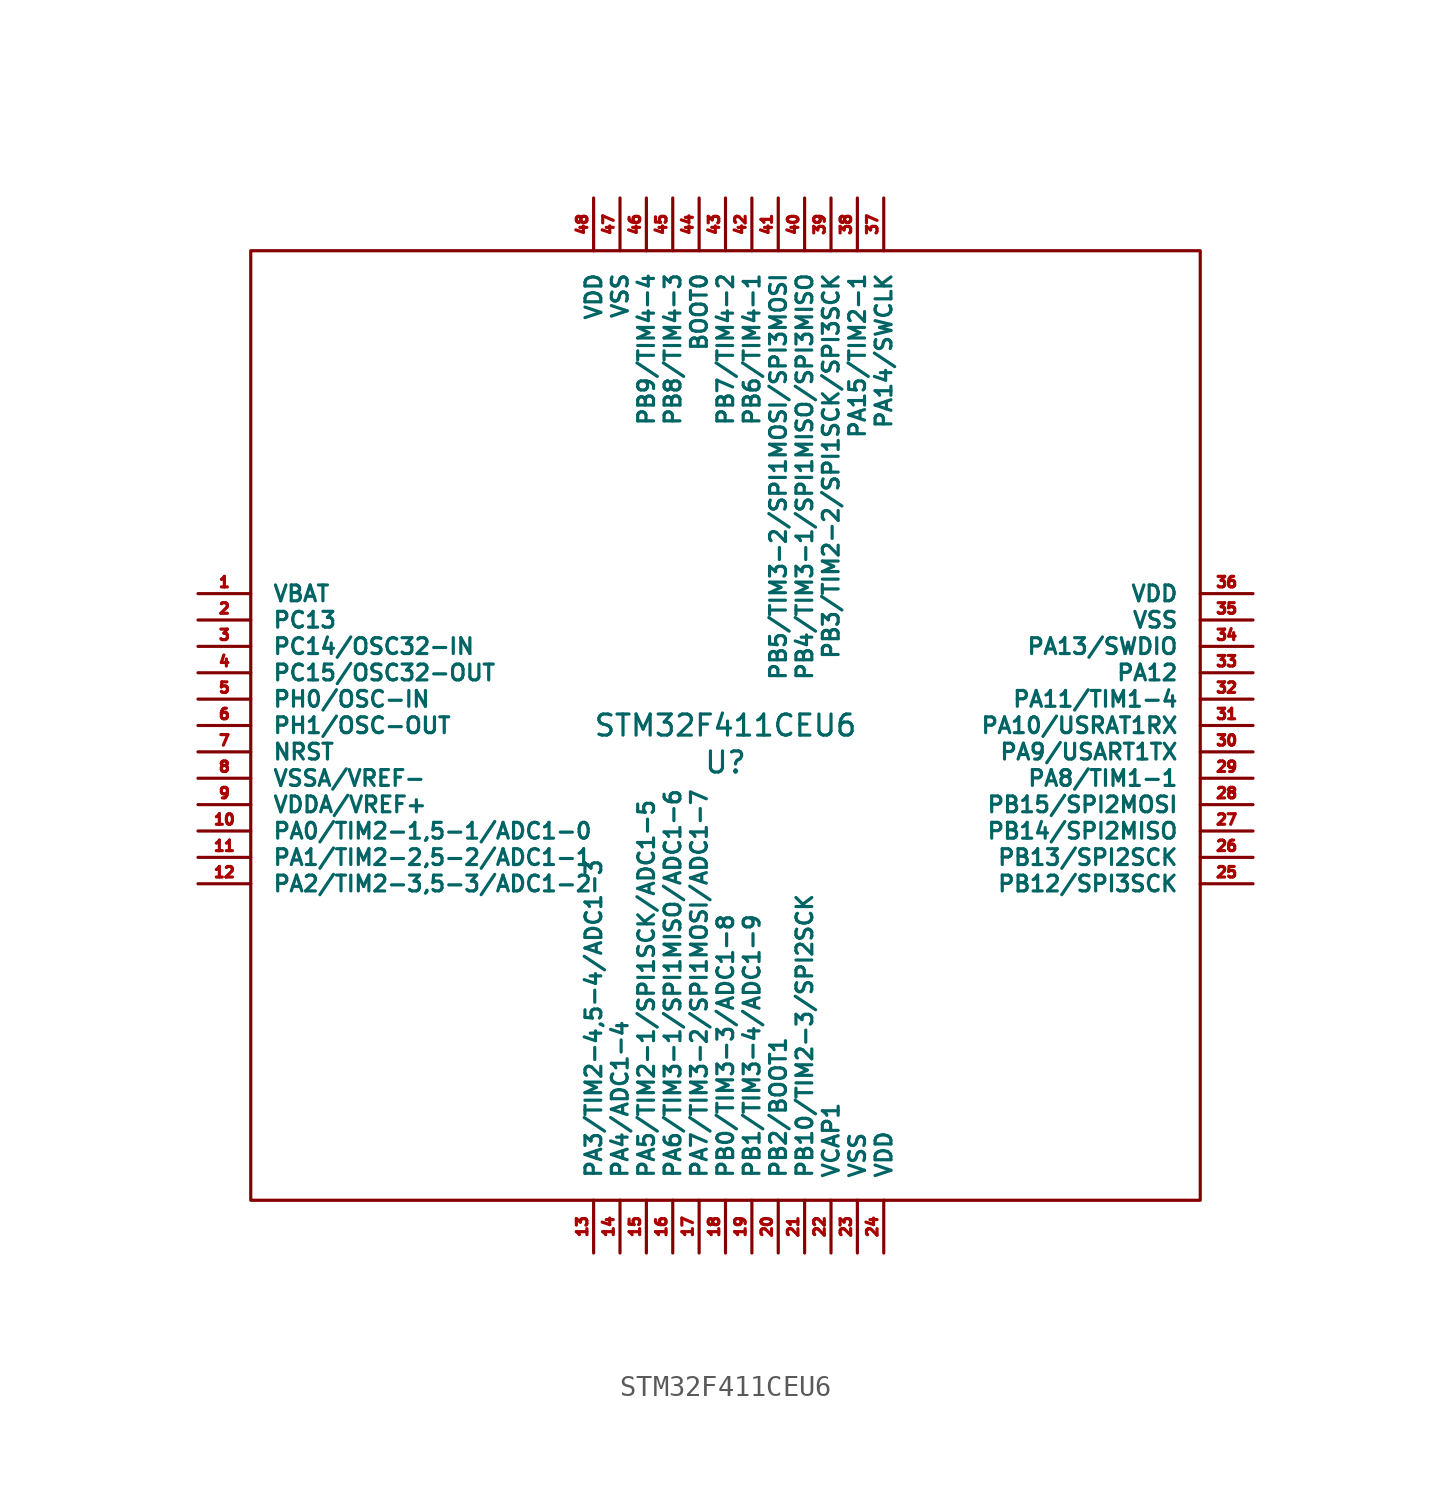
<source format=kicad_sym>
(kicad_symbol_lib
  (version 20220914)
  (generator kicad_symbol_editor)
  (symbol "STM32F411CEU6"
    (pin_names
      (offset 1.016))
    (property "Reference" "U"
      (at 0 -1.778 0)
      (effects (font (size 1.016 1.016))))
    (property "Value" "STM32F411CEU6"
      (at 0 0 0)
      (effects (font (size 1.016 1.016))))
    (symbol "STM32F411CEU6_0_1"
      (rectangle (start -22.86 22.86) (end 22.86 -22.86) (stroke (width 0) (type solid)) (fill (type none))))
    (symbol "STM32F411CEU6_1_1"
      (pin power_in line (at -25.4 6.35 0) (length 2.54) (name "VBAT" (effects (font (size 0.762 0.762)))) (number "1" (effects (font (size 0.508 0.508)))))
      (pin bidirectional line (at -25.4 -5.08 0) (length 2.54) (name "PA0/TIM2-1,5-1/ADC1-0" (effects (font (size 0.762 0.762)))) (number "10" (effects (font (size 0.508 0.508)))))
      (pin bidirectional line (at -25.4 -6.35 0) (length 2.54) (name "PA1/TIM2-2,5-2/ADC1-1" (effects (font (size 0.762 0.762)))) (number "11" (effects (font (size 0.508 0.508)))))
      (pin bidirectional line (at -25.4 -7.62 0) (length 2.54) (name "PA2/TIM2-3,5-3/ADC1-2" (effects (font (size 0.762 0.762)))) (number "12" (effects (font (size 0.508 0.508)))))
      (pin bidirectional line (at -6.35 -25.4 90) (length 2.54) (name "PA3/TIM2-4,5-4/ADC1-3" (effects (font (size 0.762 0.762)))) (number "13" (effects (font (size 0.508 0.508)))))
      (pin bidirectional line (at -5.08 -25.4 90) (length 2.54) (name "PA4/ADC1-4" (effects (font (size 0.762 0.762)))) (number "14" (effects (font (size 0.508 0.508)))))
      (pin bidirectional line (at -3.81 -25.4 90) (length 2.54) (name "PA5/TIM2-1/SPI1SCK/ADC1-5" (effects (font (size 0.762 0.762)))) (number "15" (effects (font (size 0.508 0.508)))))
      (pin bidirectional line (at -2.54 -25.4 90) (length 2.54) (name "PA6/TIM3-1/SPI1MISO/ADC1-6" (effects (font (size 0.762 0.762)))) (number "16" (effects (font (size 0.508 0.508)))))
      (pin bidirectional line (at -1.27 -25.4 90) (length 2.54) (name "PA7/TIM3-2/SPI1MOSI/ADC1-7" (effects (font (size 0.762 0.762)))) (number "17" (effects (font (size 0.508 0.508)))))
      (pin bidirectional line (at 0 -25.4 90) (length 2.54) (name "PB0/TIM3-3/ADC1-8" (effects (font (size 0.762 0.762)))) (number "18" (effects (font (size 0.508 0.508)))))
      (pin bidirectional line (at 1.27 -25.4 90) (length 2.54) (name "PB1/TIM3-4/ADC1-9" (effects (font (size 0.762 0.762)))) (number "19" (effects (font (size 0.508 0.508)))))
      (pin bidirectional line (at -25.4 5.08 0) (length 2.54) (name "PC13" (effects (font (size 0.762 0.762)))) (number "2" (effects (font (size 0.508 0.508)))))
      (pin bidirectional line (at 2.54 -25.4 90) (length 2.54) (name "PB2/BOOT1" (effects (font (size 0.762 0.762)))) (number "20" (effects (font (size 0.508 0.508)))))
      (pin bidirectional line (at 3.81 -25.4 90) (length 2.54) (name "PB10/TIM2-3/SPI2SCK" (effects (font (size 0.762 0.762)))) (number "21" (effects (font (size 0.508 0.508)))))
      (pin power_out line (at 5.08 -25.4 90) (length 2.54) (name "VCAP1" (effects (font (size 0.762 0.762)))) (number "22" (effects (font (size 0.508 0.508)))))
      (pin power_in line (at 6.35 -25.4 90) (length 2.54) (name "VSS" (effects (font (size 0.762 0.762)))) (number "23" (effects (font (size 0.508 0.508)))))
      (pin power_in line (at 7.62 -25.4 90) (length 2.54) (name "VDD" (effects (font (size 0.762 0.762)))) (number "24" (effects (font (size 0.508 0.508)))))
      (pin bidirectional line (at 25.4 -7.62 180) (length 2.54) (name "PB12/SPI3SCK" (effects (font (size 0.762 0.762)))) (number "25" (effects (font (size 0.508 0.508)))))
      (pin bidirectional line (at 25.4 -6.35 180) (length 2.54) (name "PB13/SPI2SCK" (effects (font (size 0.762 0.762)))) (number "26" (effects (font (size 0.508 0.508)))))
      (pin bidirectional line (at 25.4 -5.08 180) (length 2.54) (name "PB14/SPI2MISO" (effects (font (size 0.762 0.762)))) (number "27" (effects (font (size 0.508 0.508)))))
      (pin bidirectional line (at 25.4 -3.81 180) (length 2.54) (name "PB15/SPI2MOSI" (effects (font (size 0.762 0.762)))) (number "28" (effects (font (size 0.508 0.508)))))
      (pin bidirectional line (at 25.4 -2.54 180) (length 2.54) (name "PA8/TIM1-1" (effects (font (size 0.762 0.762)))) (number "29" (effects (font (size 0.508 0.508)))))
      (pin bidirectional line (at -25.4 3.81 0) (length 2.54) (name "PC14/OSC32-IN" (effects (font (size 0.762 0.762)))) (number "3" (effects (font (size 0.508 0.508)))))
      (pin bidirectional line (at 25.4 -1.27 180) (length 2.54) (name "PA9/USART1TX" (effects (font (size 0.762 0.762)))) (number "30" (effects (font (size 0.508 0.508)))))
      (pin bidirectional line (at 25.4 0 180) (length 2.54) (name "PA10/USRAT1RX" (effects (font (size 0.762 0.762)))) (number "31" (effects (font (size 0.508 0.508)))))
      (pin bidirectional line (at 25.4 1.27 180) (length 2.54) (name "PA11/TIM1-4" (effects (font (size 0.762 0.762)))) (number "32" (effects (font (size 0.508 0.508)))))
      (pin bidirectional line (at 25.4 2.54 180) (length 2.54) (name "PA12" (effects (font (size 0.762 0.762)))) (number "33" (effects (font (size 0.508 0.508)))))
      (pin bidirectional line (at 25.4 3.81 180) (length 2.54) (name "PA13/SWDIO" (effects (font (size 0.762 0.762)))) (number "34" (effects (font (size 0.508 0.508)))))
      (pin power_in line (at 25.4 5.08 180) (length 2.54) (name "VSS" (effects (font (size 0.762 0.762)))) (number "35" (effects (font (size 0.508 0.508)))))
      (pin power_in line (at 25.4 6.35 180) (length 2.54) (name "VDD" (effects (font (size 0.762 0.762)))) (number "36" (effects (font (size 0.508 0.508)))))
      (pin bidirectional line (at 7.62 25.4 270) (length 2.54) (name "PA14/SWCLK" (effects (font (size 0.762 0.762)))) (number "37" (effects (font (size 0.508 0.508)))))
      (pin bidirectional line (at 6.35 25.4 270) (length 2.54) (name "PA15/TIM2-1" (effects (font (size 0.762 0.762)))) (number "38" (effects (font (size 0.508 0.508)))))
      (pin bidirectional line (at 5.08 25.4 270) (length 2.54) (name "PB3/TIM2-2/SPI1SCK/SPI3SCK" (effects (font (size 0.762 0.762)))) (number "39" (effects (font (size 0.508 0.508)))))
      (pin bidirectional line (at -25.4 2.54 0) (length 2.54) (name "PC15/OSC32-OUT" (effects (font (size 0.762 0.762)))) (number "4" (effects (font (size 0.508 0.508)))))
      (pin bidirectional line (at 3.81 25.4 270) (length 2.54) (name "PB4/TIM3-1/SPI1MISO/SPI3MISO" (effects (font (size 0.762 0.762)))) (number "40" (effects (font (size 0.508 0.508)))))
      (pin bidirectional line (at 2.54 25.4 270) (length 2.54) (name "PB5/TIM3-2/SPI1MOSI/SPI3MOSI" (effects (font (size 0.762 0.762)))) (number "41" (effects (font (size 0.508 0.508)))))
      (pin bidirectional line (at 1.27 25.4 270) (length 2.54) (name "PB6/TIM4-1" (effects (font (size 0.762 0.762)))) (number "42" (effects (font (size 0.508 0.508)))))
      (pin bidirectional line (at 0 25.4 270) (length 2.54) (name "PB7/TIM4-2" (effects (font (size 0.762 0.762)))) (number "43" (effects (font (size 0.508 0.508)))))
      (pin input line (at -1.27 25.4 270) (length 2.54) (name "BOOT0" (effects (font (size 0.762 0.762)))) (number "44" (effects (font (size 0.508 0.508)))))
      (pin bidirectional line (at -2.54 25.4 270) (length 2.54) (name "PB8/TIM4-3" (effects (font (size 0.762 0.762)))) (number "45" (effects (font (size 0.508 0.508)))))
      (pin bidirectional line (at -3.81 25.4 270) (length 2.54) (name "PB9/TIM4-4" (effects (font (size 0.762 0.762)))) (number "46" (effects (font (size 0.508 0.508)))))
      (pin power_in line (at -5.08 25.4 270) (length 2.54) (name "VSS" (effects (font (size 0.762 0.762)))) (number "47" (effects (font (size 0.508 0.508)))))
      (pin power_in line (at -6.35 25.4 270) (length 2.54) (name "VDD" (effects (font (size 0.762 0.762)))) (number "48" (effects (font (size 0.508 0.508)))))
      (pin bidirectional line (at -25.4 1.27 0) (length 2.54) (name "PH0/OSC-IN" (effects (font (size 0.762 0.762)))) (number "5" (effects (font (size 0.508 0.508)))))
      (pin bidirectional line (at -25.4 0 0) (length 2.54) (name "PH1/OSC-OUT" (effects (font (size 0.762 0.762)))) (number "6" (effects (font (size 0.508 0.508)))))
      (pin input line (at -25.4 -1.27 0) (length 2.54) (name "NRST" (effects (font (size 0.762 0.762)))) (number "7" (effects (font (size 0.508 0.508)))))
      (pin power_in line (at -25.4 -2.54 0) (length 2.54) (name "VSSA/VREF-" (effects (font (size 0.762 0.762)))) (number "8" (effects (font (size 0.508 0.508)))))
      (pin power_in line (at -25.4 -3.81 0) (length 2.54) (name "VDDA/VREF+" (effects (font (size 0.762 0.762)))) (number "9" (effects (font (size 0.508 0.508))))))))
</source>
